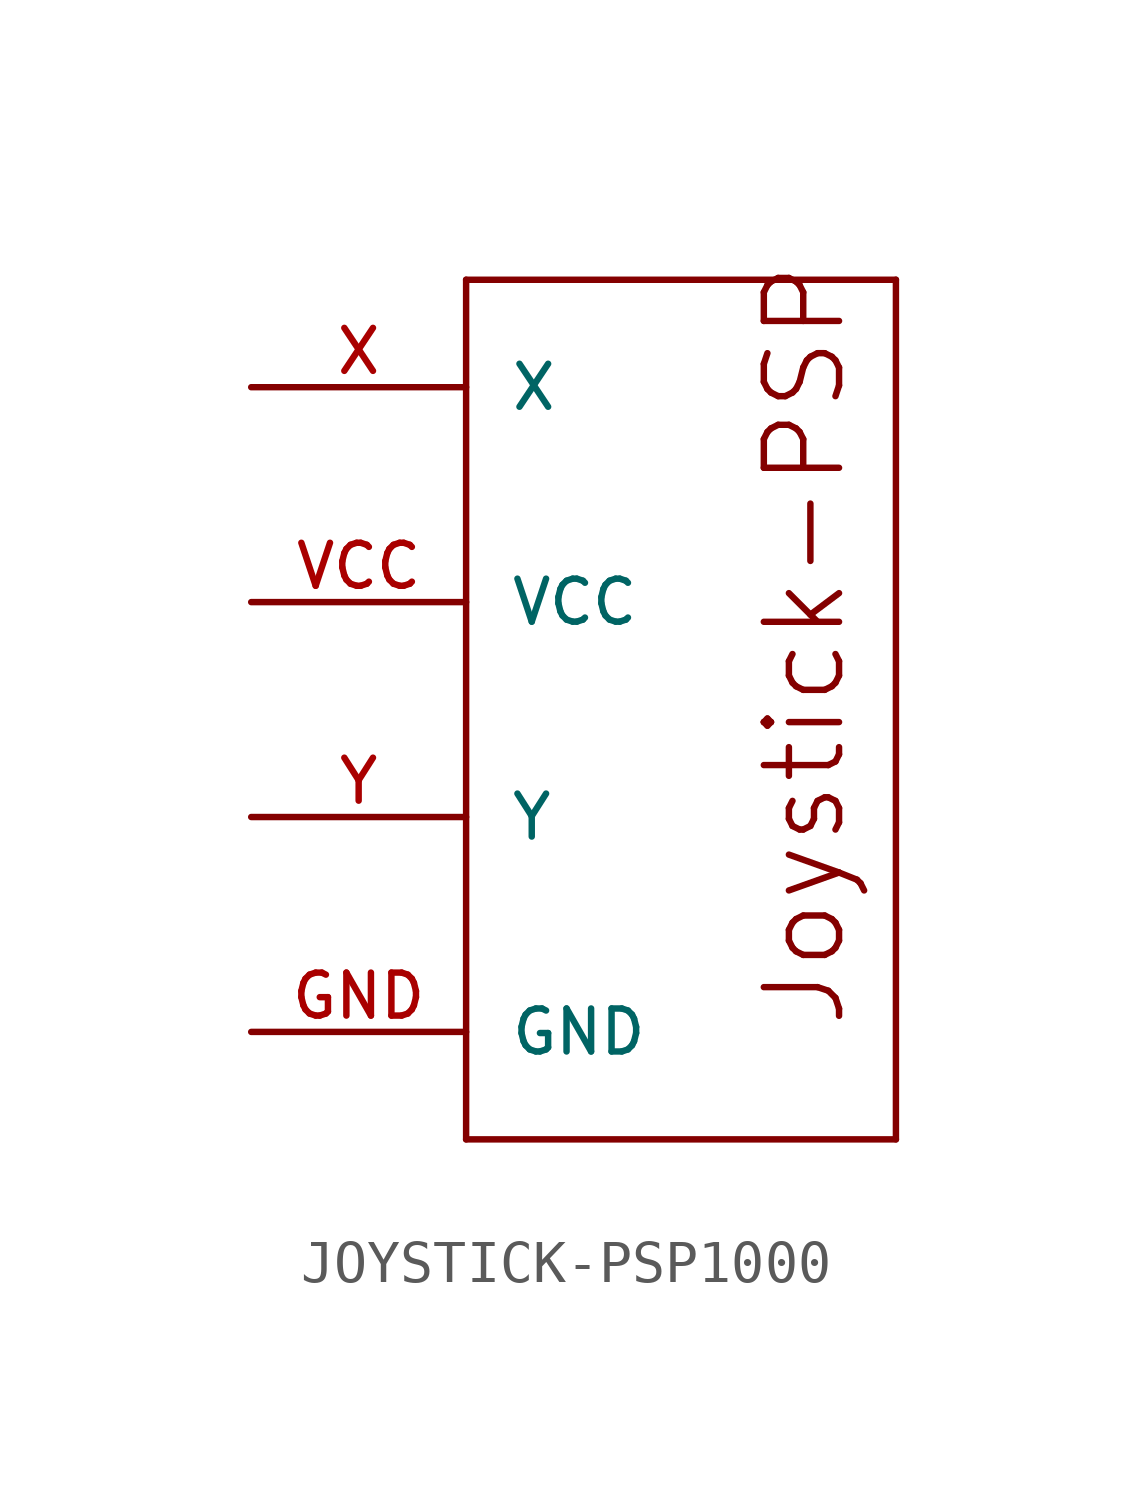
<source format=kicad_sym>
(kicad_symbol_lib
  (version 20220914)
  (generator kicad_symbol_editor)
  (symbol "JOYSTICK-PSP1000"
    (pin_names
      (offset 1.016))
    (property "Reference" "M"
      (at 0 0 0)
      (effects (font (size 1.27 1.27)) hide))
    (property "ki_locked" ""
      (at 0 0 0)
      (effects (font (size 1.27 1.27))))
    (symbol "JOYSTICK-PSP1000_1_0"
      (polyline (pts (xy -5.08 -7.62) (xy 5.08 -7.62)) (stroke (width 0) (type solid)) (fill (type none)))
      (polyline (pts (xy -5.08 12.7) (xy -5.08 -7.62)) (stroke (width 0) (type solid)) (fill (type none)))
      (polyline (pts (xy 5.08 12.7) (xy -5.08 12.7)) (stroke (width 0) (type solid)) (fill (type none)))
      (polyline (pts (xy 5.08 12.7) (xy 5.08 -7.62)) (stroke (width 0) (type solid)) (fill (type none)))
      (text "Joystick-PSP" (at 2.921 4.064 900) (effects (font (size 1.778 1.778)))))
    (symbol "JOYSTICK-PSP1000_1_1"
      (pin bidirectional line (at -10.16 -5.08 0) (length 5.08) (name "GND" (effects (font (size 1.016 1.016)))) (number "GND" (effects (font (size 1.016 1.016)))))
      (pin bidirectional line (at -10.16 5.08 0) (length 5.08) (name "VCC" (effects (font (size 1.016 1.016)))) (number "VCC" (effects (font (size 1.016 1.016)))))
      (pin bidirectional line (at -10.16 10.16 0) (length 5.08) (name "X" (effects (font (size 1.016 1.016)))) (number "X" (effects (font (size 1.016 1.016)))))
      (pin bidirectional line (at -10.16 0 0) (length 5.08) (name "Y" (effects (font (size 1.016 1.016)))) (number "Y" (effects (font (size 1.016 1.016))))))))
</source>
